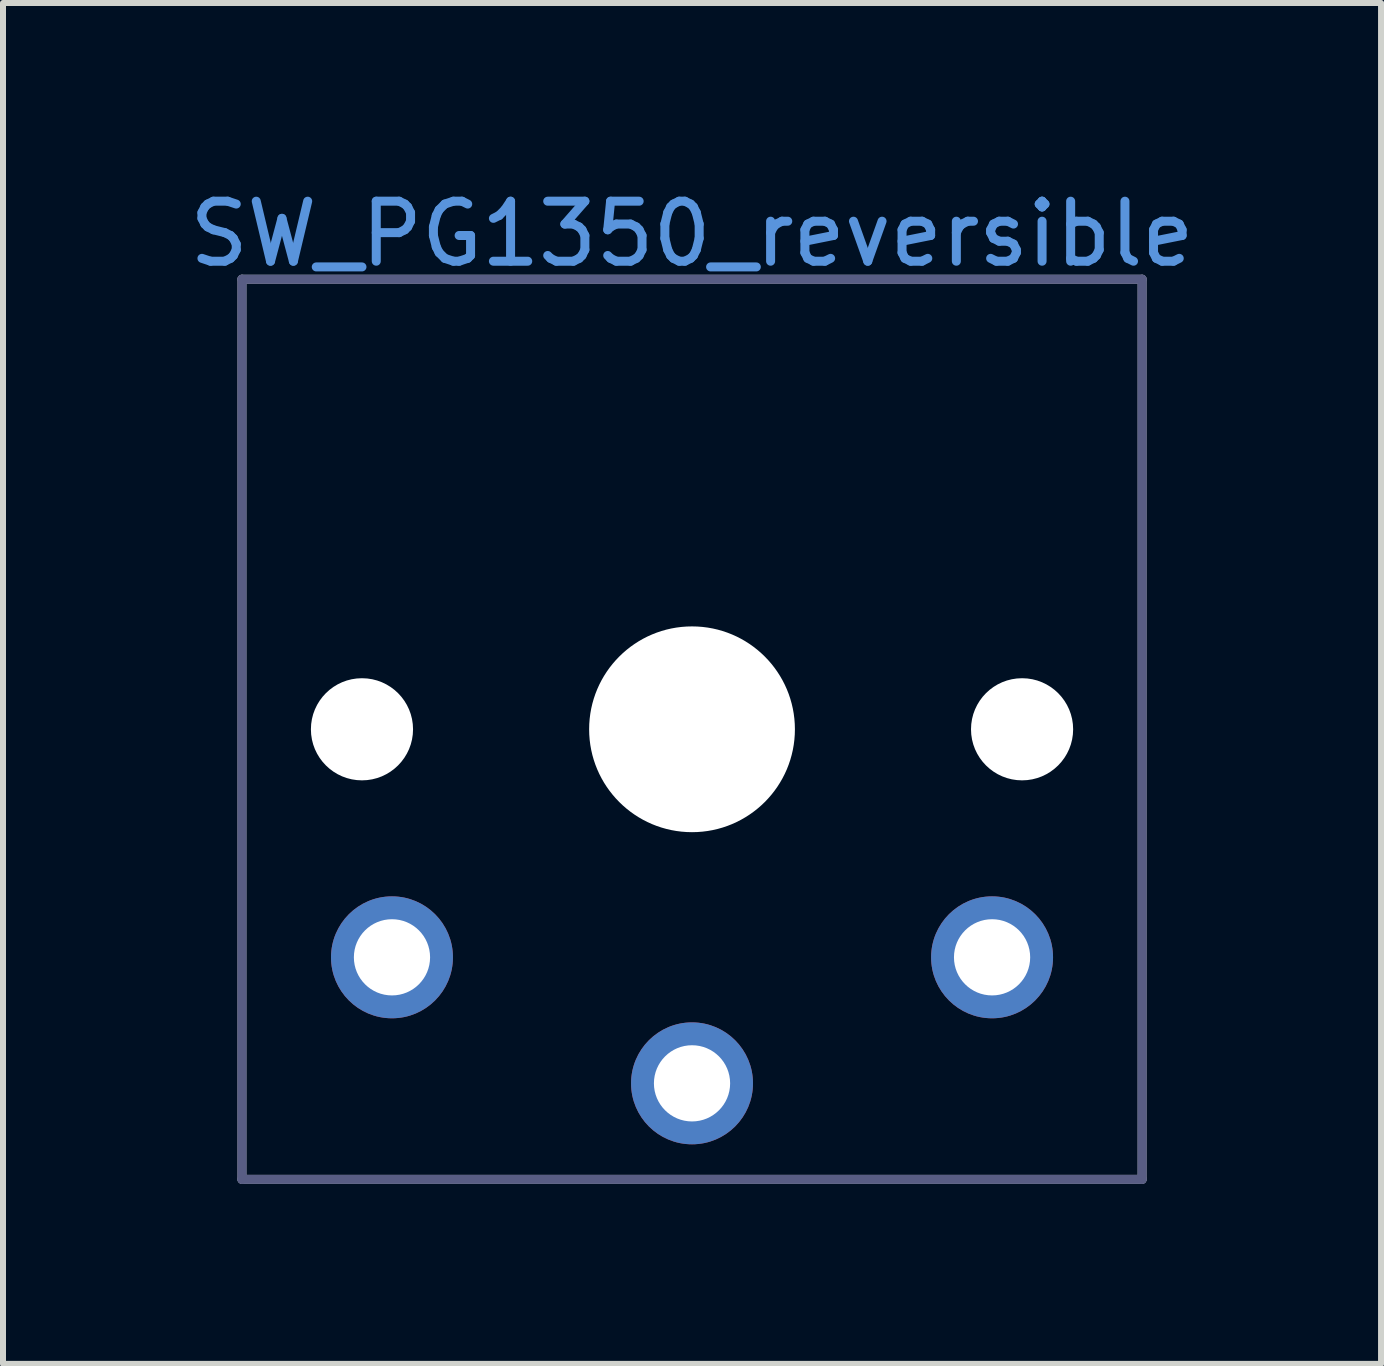
<source format=kicad_pcb>
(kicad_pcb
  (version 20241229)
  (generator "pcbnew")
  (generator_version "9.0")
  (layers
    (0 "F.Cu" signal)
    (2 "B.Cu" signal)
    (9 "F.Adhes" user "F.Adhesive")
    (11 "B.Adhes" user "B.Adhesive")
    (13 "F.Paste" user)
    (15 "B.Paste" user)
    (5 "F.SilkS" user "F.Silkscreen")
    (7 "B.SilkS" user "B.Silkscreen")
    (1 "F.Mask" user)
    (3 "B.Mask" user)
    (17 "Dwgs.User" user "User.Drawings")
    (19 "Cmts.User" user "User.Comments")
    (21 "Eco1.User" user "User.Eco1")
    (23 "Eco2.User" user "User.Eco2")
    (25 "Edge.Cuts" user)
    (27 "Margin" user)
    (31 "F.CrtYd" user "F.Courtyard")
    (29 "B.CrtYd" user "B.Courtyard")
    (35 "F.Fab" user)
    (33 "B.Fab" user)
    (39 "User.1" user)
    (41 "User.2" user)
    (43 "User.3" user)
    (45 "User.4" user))
  (footprint "SW_PG1350_reversible"
    (layer "F.Cu")
    (at 8.482 9.103)
    (property "Reference" "SW_PG1350_reversible" (at 0 -8.255 0) (layer "Cmts.User") (effects (font (size 1 1) (thickness 0.15))))
    (attr through_hole)
    (fp_line (start -7.5 -7.5) (end 7.5 -7.5) (stroke (width 0.15) (type solid)) (layer "B.Fab"))
    (fp_line (start -7.5 7.5) (end -7.5 -7.5) (stroke (width 0.15) (type solid)) (layer "B.Fab"))
    (fp_line (start 7.5 -7.5) (end 7.5 7.5) (stroke (width 0.15) (type solid)) (layer "B.Fab"))
    (fp_line (start 7.5 7.5) (end -7.5 7.5) (stroke (width 0.15) (type solid)) (layer "B.Fab"))
    (fp_line (start -7.5 -7.5) (end 7.5 -7.5) (stroke (width 0.15) (type solid)) (layer "F.Fab"))
    (fp_line (start -7.5 7.5) (end -7.5 -7.5) (stroke (width 0.15) (type solid)) (layer "F.Fab"))
    (fp_line (start 7.5 -7.5) (end 7.5 7.5) (stroke (width 0.15) (type solid)) (layer "F.Fab"))
    (fp_line (start 7.5 7.5) (end -7.5 7.5) (stroke (width 0.15) (type solid)) (layer "F.Fab"))
    (pad "" np_thru_hole circle (at -5.5 0) (size 1.702 1.702) (drill 1.702) (layers "*.Cu" "*.Mask"))
    (pad "" np_thru_hole circle (at 0 0) (size 3.429 3.429) (drill 3.429) (layers "*.Cu" "*.Mask"))
    (pad "" np_thru_hole circle (at 5.5 0) (size 1.702 1.702) (drill 1.702) (layers "*.Cu" "*.Mask"))
    (pad "1" thru_hole circle (at 0 5.9) (size 2.032 2.032) (drill 1.27) (layers "*.Cu" "*.Mask"))
    (pad "2" thru_hole circle (at -5 3.8) (size 2.032 2.032) (drill 1.27) (layers "*.Cu" "*.Mask"))
    (pad "2" thru_hole circle (at 5 3.8) (size 2.032 2.032) (drill 1.27) (layers "*.Cu" "*.Mask")))
  (gr_rect
    (start -3 -3)
    (end 19.964 19.678)
    (stroke (width 0.1) (type default))
    (fill no)
    (layer "Edge.Cuts")))
</source>
